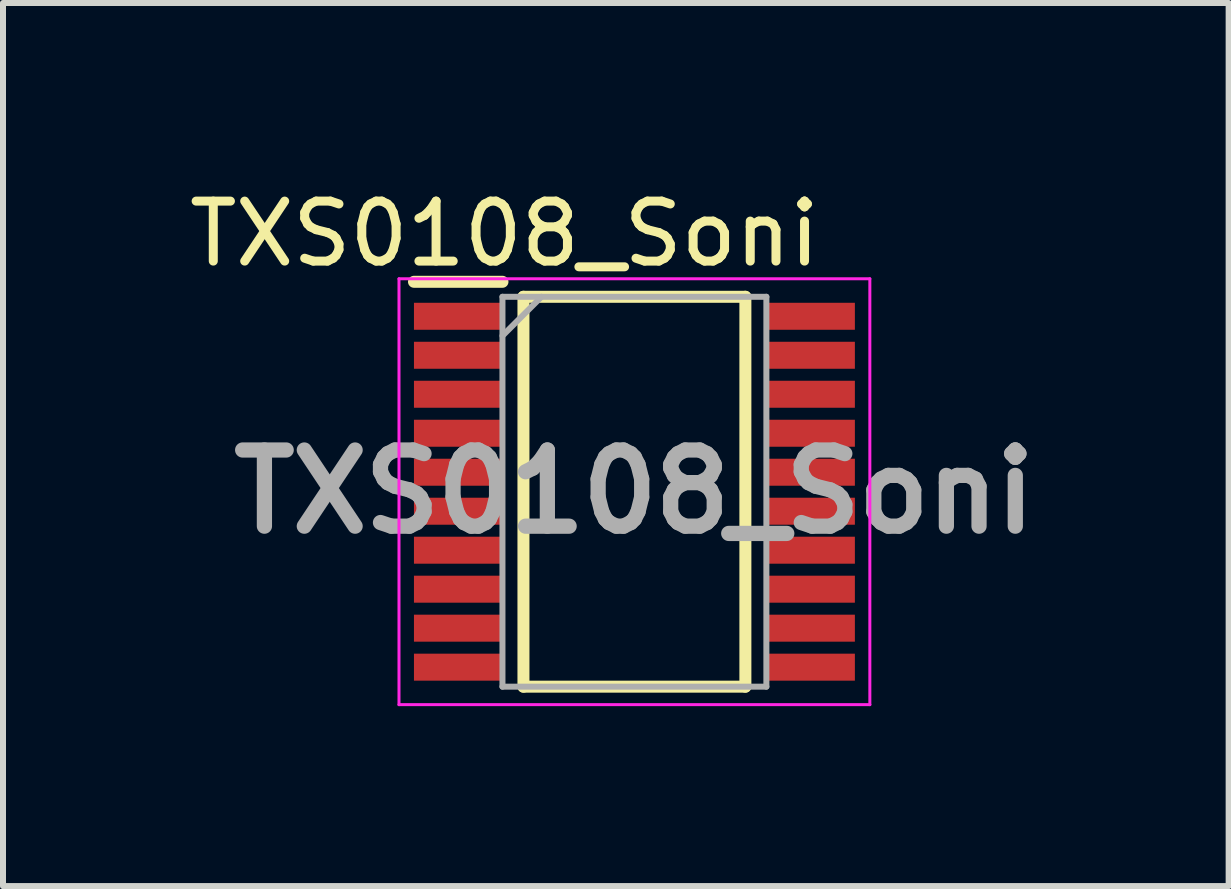
<source format=kicad_pcb>
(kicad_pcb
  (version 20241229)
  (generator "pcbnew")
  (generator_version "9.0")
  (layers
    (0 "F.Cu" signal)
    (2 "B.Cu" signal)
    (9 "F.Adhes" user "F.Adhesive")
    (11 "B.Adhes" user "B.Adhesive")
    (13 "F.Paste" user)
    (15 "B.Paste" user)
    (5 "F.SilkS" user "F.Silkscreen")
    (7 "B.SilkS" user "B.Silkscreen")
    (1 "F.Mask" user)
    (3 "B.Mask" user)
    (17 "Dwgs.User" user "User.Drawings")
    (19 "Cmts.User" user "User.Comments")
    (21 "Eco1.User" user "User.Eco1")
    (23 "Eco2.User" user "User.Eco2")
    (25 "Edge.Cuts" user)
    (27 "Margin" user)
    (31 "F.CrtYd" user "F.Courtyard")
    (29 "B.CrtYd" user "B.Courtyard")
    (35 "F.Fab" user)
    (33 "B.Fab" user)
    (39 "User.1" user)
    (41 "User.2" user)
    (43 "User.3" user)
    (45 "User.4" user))
  (footprint "TXS0108_Soni"
    (layer "F.Cu")
    (at 7.527 5.148)
    (property "Reference" "TXS0108_Soni" (at -2.164 -4.3 0) (layer "F.SilkS") (effects (font (size 1 1) (thickness 0.15))))
    (attr smd)
    (fp_line (start -3.675 -3.5) (end -2.2 -3.5) (stroke (width 0.2) (type solid)) (layer "F.SilkS"))
    (fp_line (start -1.85 -3.25) (end 1.85 -3.25) (stroke (width 0.2) (type solid)) (layer "F.SilkS"))
    (fp_line (start -1.85 3.25) (end -1.85 -3.25) (stroke (width 0.2) (type solid)) (layer "F.SilkS"))
    (fp_line (start 1.85 -3.25) (end 1.85 3.25) (stroke (width 0.2) (type solid)) (layer "F.SilkS"))
    (fp_line (start 1.85 3.25) (end -1.85 3.25) (stroke (width 0.2) (type solid)) (layer "F.SilkS"))
    (fp_line (start -3.925 -3.55) (end 3.925 -3.55) (stroke (width 0.05) (type solid)) (layer "F.CrtYd"))
    (fp_line (start -3.925 3.55) (end -3.925 -3.55) (stroke (width 0.05) (type solid)) (layer "F.CrtYd"))
    (fp_line (start 3.925 -3.55) (end 3.925 3.55) (stroke (width 0.05) (type solid)) (layer "F.CrtYd"))
    (fp_line (start 3.925 3.55) (end -3.925 3.55) (stroke (width 0.05) (type solid)) (layer "F.CrtYd"))
    (fp_line (start -2.2 -3.25) (end 2.2 -3.25) (stroke (width 0.1) (type solid)) (layer "F.Fab"))
    (fp_line (start -2.2 -2.6) (end -1.55 -3.25) (stroke (width 0.1) (type solid)) (layer "F.Fab"))
    (fp_line (start -2.2 3.25) (end -2.2 -3.25) (stroke (width 0.1) (type solid)) (layer "F.Fab"))
    (fp_line (start 2.2 -3.25) (end 2.2 3.25) (stroke (width 0.1) (type solid)) (layer "F.Fab"))
    (fp_line (start 2.2 3.25) (end -2.2 3.25) (stroke (width 0.1) (type solid)) (layer "F.Fab"))
    (fp_text user "${REFERENCE}" (at 0 0 0) (layer "F.Fab") (effects (font (size 1.27 1.27) (thickness 0.254))))
    (pad "1" smd rect (at -2.938 -2.925 90) (size 0.45 1.475) (layers "F.Cu" "F.Mask" "F.Paste"))
    (pad "2" smd rect (at -2.938 -2.275 90) (size 0.45 1.475) (layers "F.Cu" "F.Mask" "F.Paste"))
    (pad "3" smd rect (at -2.938 -1.625 90) (size 0.45 1.475) (layers "F.Cu" "F.Mask" "F.Paste"))
    (pad "4" smd rect (at -2.938 -0.975 90) (size 0.45 1.475) (layers "F.Cu" "F.Mask" "F.Paste"))
    (pad "5" smd rect (at -2.938 -0.325 90) (size 0.45 1.475) (layers "F.Cu" "F.Mask" "F.Paste"))
    (pad "6" smd rect (at -2.938 0.325 90) (size 0.45 1.475) (layers "F.Cu" "F.Mask" "F.Paste"))
    (pad "7" smd rect (at -2.938 0.975 90) (size 0.45 1.475) (layers "F.Cu" "F.Mask" "F.Paste"))
    (pad "8" smd rect (at -2.938 1.625 90) (size 0.45 1.475) (layers "F.Cu" "F.Mask" "F.Paste"))
    (pad "9" smd rect (at -2.938 2.275 90) (size 0.45 1.475) (layers "F.Cu" "F.Mask" "F.Paste"))
    (pad "10" smd rect (at -2.938 2.925 90) (size 0.45 1.475) (layers "F.Cu" "F.Mask" "F.Paste"))
    (pad "11" smd rect (at 2.938 2.925 90) (size 0.45 1.475) (layers "F.Cu" "F.Mask" "F.Paste"))
    (pad "12" smd rect (at 2.938 2.275 90) (size 0.45 1.475) (layers "F.Cu" "F.Mask" "F.Paste"))
    (pad "13" smd rect (at 2.938 1.625 90) (size 0.45 1.475) (layers "F.Cu" "F.Mask" "F.Paste"))
    (pad "14" smd rect (at 2.938 0.975 90) (size 0.45 1.475) (layers "F.Cu" "F.Mask" "F.Paste"))
    (pad "15" smd rect (at 2.938 0.325 90) (size 0.45 1.475) (layers "F.Cu" "F.Mask" "F.Paste"))
    (pad "16" smd rect (at 2.938 -0.325 90) (size 0.45 1.475) (layers "F.Cu" "F.Mask" "F.Paste"))
    (pad "17" smd rect (at 2.938 -0.975 90) (size 0.45 1.475) (layers "F.Cu" "F.Mask" "F.Paste"))
    (pad "18" smd rect (at 2.938 -1.625 90) (size 0.45 1.475) (layers "F.Cu" "F.Mask" "F.Paste"))
    (pad "19" smd rect (at 2.938 -2.275 90) (size 0.45 1.475) (layers "F.Cu" "F.Mask" "F.Paste"))
    (pad "20" smd rect (at 2.938 -2.925 90) (size 0.45 1.475) (layers "F.Cu" "F.Mask" "F.Paste")))
  (gr_rect
    (start -3 -3)
    (end 17.434 11.723)
    (stroke (width 0.1) (type default))
    (fill no)
    (layer "Edge.Cuts")))
</source>
